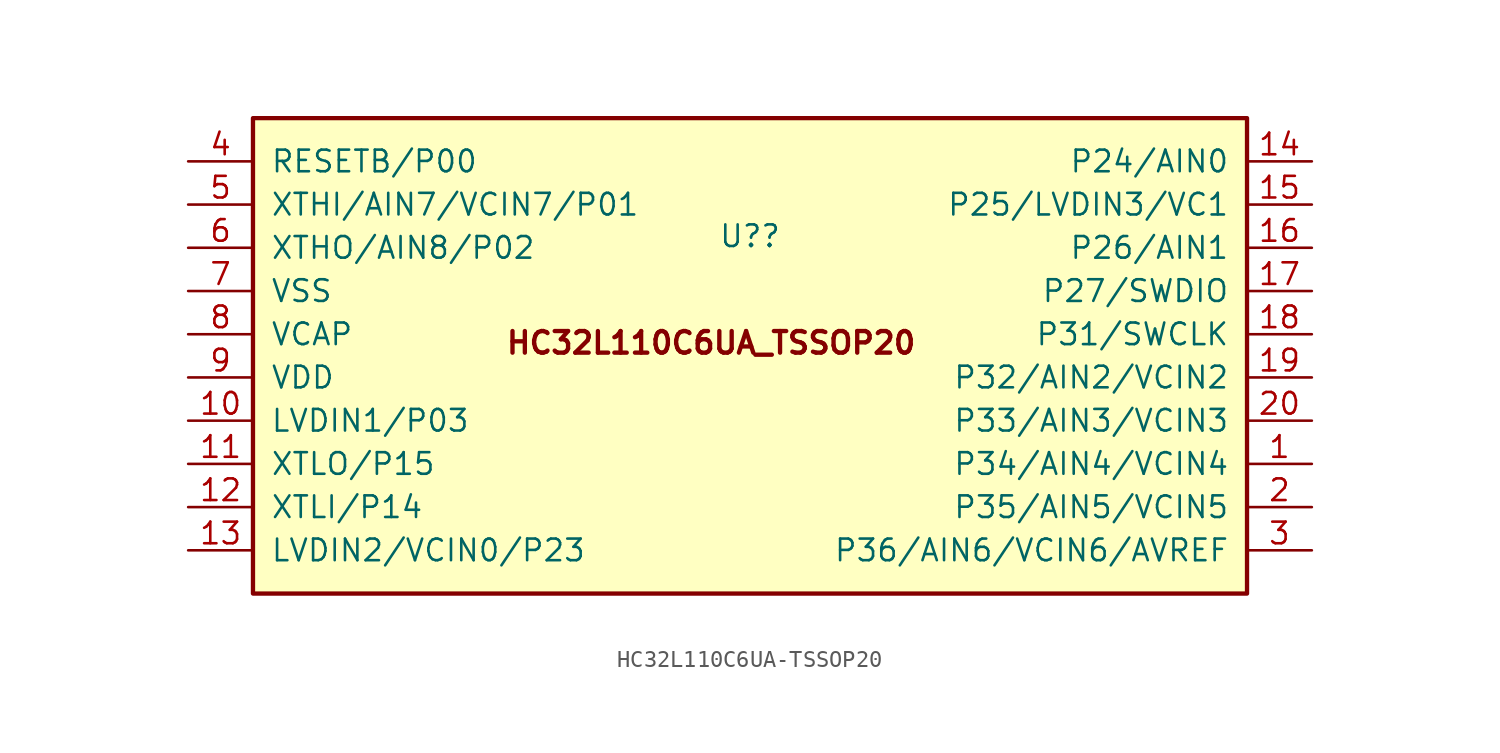
<source format=kicad_sym>
(kicad_symbol_lib
  (version 20231120)
  (generator "kicad_symbol_editor")
  (generator_version "8.0")
  (symbol "HC32L110C6UA-TSSOP20"
    (pin_names
      (offset 1.014))
    (property "Reference" "U?"
      (at 0 7.036 0)
      (effects (font (size 1.27 1.27))))
    (symbol "HC32L110C6UA-TSSOP20_1_1"
      (rectangle (start -29.21 13.97) (end 29.21 -13.97) (stroke (width 0.254) (type default)) (fill (type background)))
      (text "HC32L110C6UA_TSSOP20" (at -2.286 0.762 0) (effects (font (size 1.27 1.27) (thickness 0.254) (bold yes))))
      (pin bidirectional line (at 33.02 -6.35 180) (length 3.81) (name "P34/AIN4/VCIN4" (effects (font (size 1.27 1.27)))) (number "1" (effects (font (size 1.27 1.27)))))
      (pin bidirectional line (at -33.02 -3.81 0) (length 3.81) (name "LVDIN1/P03" (effects (font (size 1.27 1.27)))) (number "10" (effects (font (size 1.27 1.27)))))
      (pin bidirectional line (at -33.02 -6.35 0) (length 3.81) (name "XTLO/P15" (effects (font (size 1.27 1.27)))) (number "11" (effects (font (size 1.27 1.27)))))
      (pin bidirectional line (at -33.02 -8.89 0) (length 3.81) (name "XTLI/P14" (effects (font (size 1.27 1.27)))) (number "12" (effects (font (size 1.27 1.27)))))
      (pin bidirectional line (at -33.02 -11.43 0) (length 3.81) (name "LVDIN2/VCIN0/P23" (effects (font (size 1.27 1.27)))) (number "13" (effects (font (size 1.27 1.27)))))
      (pin bidirectional line (at 33.02 11.43 180) (length 3.81) (name "P24/AIN0" (effects (font (size 1.27 1.27)))) (number "14" (effects (font (size 1.27 1.27)))))
      (pin bidirectional line (at 33.02 8.89 180) (length 3.81) (name "P25/LVDIN3/VC1" (effects (font (size 1.27 1.27)))) (number "15" (effects (font (size 1.27 1.27)))))
      (pin bidirectional line (at 33.02 6.35 180) (length 3.81) (name "P26/AIN1" (effects (font (size 1.27 1.27)))) (number "16" (effects (font (size 1.27 1.27)))))
      (pin bidirectional line (at 33.02 3.81 180) (length 3.81) (name "P27/SWDIO" (effects (font (size 1.27 1.27)))) (number "17" (effects (font (size 1.27 1.27)))))
      (pin input line (at 33.02 1.27 180) (length 3.81) (name "P31/SWCLK" (effects (font (size 1.27 1.27)))) (number "18" (effects (font (size 1.27 1.27)))))
      (pin bidirectional line (at 33.02 -1.27 180) (length 3.81) (name "P32/AIN2/VCIN2" (effects (font (size 1.27 1.27)))) (number "19" (effects (font (size 1.27 1.27)))))
      (pin bidirectional line (at 33.02 -8.89 180) (length 3.81) (name "P35/AIN5/VCIN5" (effects (font (size 1.27 1.27)))) (number "2" (effects (font (size 1.27 1.27)))))
      (pin bidirectional line (at 33.02 -3.81 180) (length 3.81) (name "P33/AIN3/VCIN3" (effects (font (size 1.27 1.27)))) (number "20" (effects (font (size 1.27 1.27)))))
      (pin bidirectional line (at 33.02 -11.43 180) (length 3.81) (name "P36/AIN6/VCIN6/AVREF" (effects (font (size 1.27 1.27)))) (number "3" (effects (font (size 1.27 1.27)))))
      (pin input line (at -33.02 11.43 0) (length 3.81) (name "RESETB/P00" (effects (font (size 1.27 1.27)))) (number "4" (effects (font (size 1.27 1.27)))))
      (pin bidirectional line (at -33.02 8.89 0) (length 3.81) (name "XTHI/AIN7/VCIN7/P01" (effects (font (size 1.27 1.27)))) (number "5" (effects (font (size 1.27 1.27)))))
      (pin bidirectional line (at -33.02 6.35 0) (length 3.81) (name "XTHO/AIN8/P02" (effects (font (size 1.27 1.27)))) (number "6" (effects (font (size 1.27 1.27)))))
      (pin power_in line (at -33.02 3.81 0) (length 3.81) (name "VSS" (effects (font (size 1.27 1.27)))) (number "7" (effects (font (size 1.27 1.27)))))
      (pin passive line (at -33.02 1.27 0) (length 3.81) (name "VCAP" (effects (font (size 1.27 1.27)))) (number "8" (effects (font (size 1.27 1.27)))))
      (pin power_in line (at -33.02 -1.27 0) (length 3.81) (name "VDD" (effects (font (size 1.27 1.27)))) (number "9" (effects (font (size 1.27 1.27))))))))
</source>
